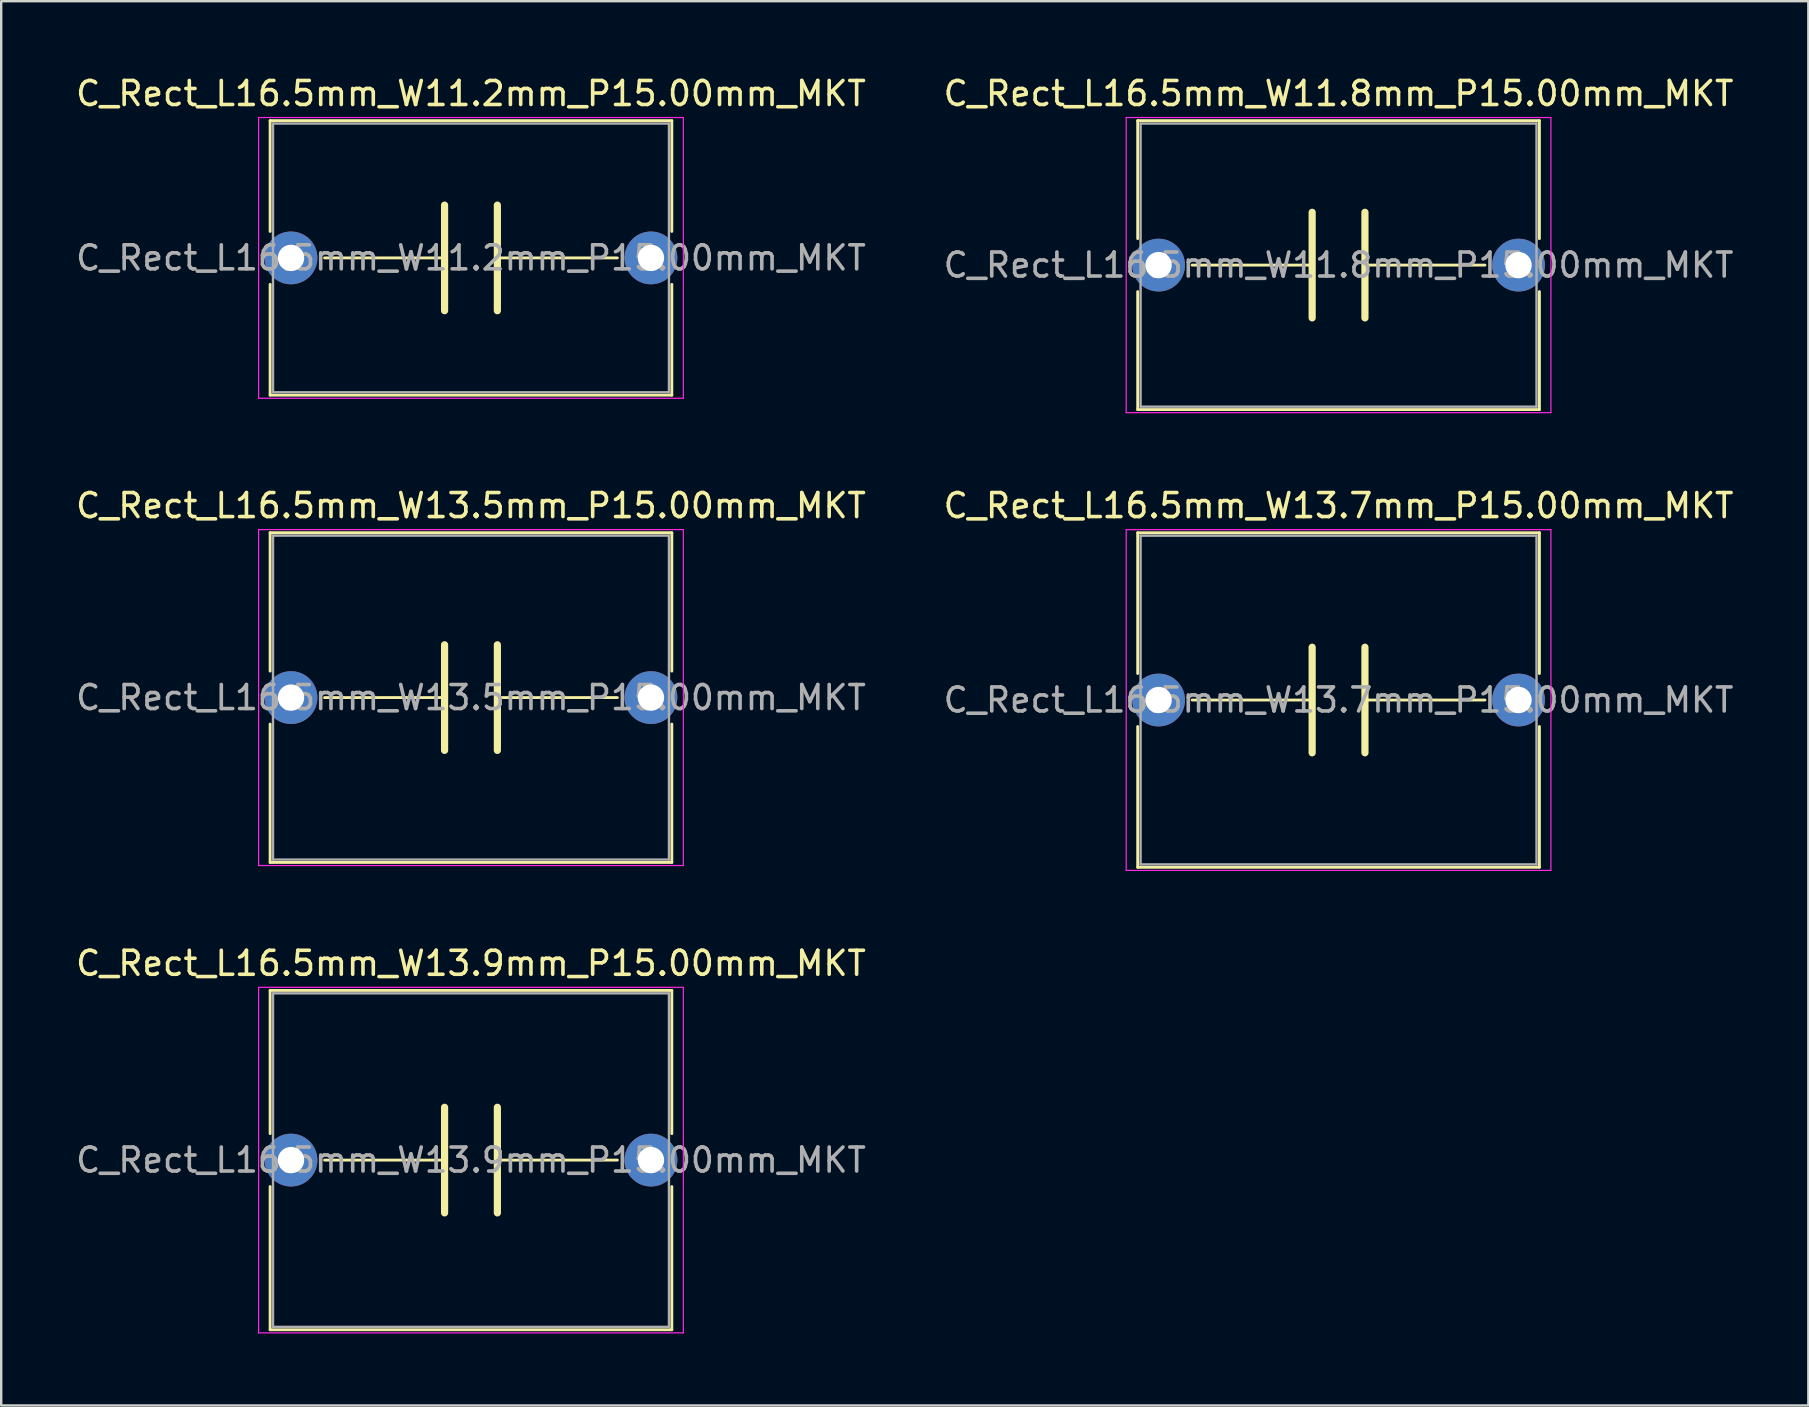
<source format=kicad_pcb>
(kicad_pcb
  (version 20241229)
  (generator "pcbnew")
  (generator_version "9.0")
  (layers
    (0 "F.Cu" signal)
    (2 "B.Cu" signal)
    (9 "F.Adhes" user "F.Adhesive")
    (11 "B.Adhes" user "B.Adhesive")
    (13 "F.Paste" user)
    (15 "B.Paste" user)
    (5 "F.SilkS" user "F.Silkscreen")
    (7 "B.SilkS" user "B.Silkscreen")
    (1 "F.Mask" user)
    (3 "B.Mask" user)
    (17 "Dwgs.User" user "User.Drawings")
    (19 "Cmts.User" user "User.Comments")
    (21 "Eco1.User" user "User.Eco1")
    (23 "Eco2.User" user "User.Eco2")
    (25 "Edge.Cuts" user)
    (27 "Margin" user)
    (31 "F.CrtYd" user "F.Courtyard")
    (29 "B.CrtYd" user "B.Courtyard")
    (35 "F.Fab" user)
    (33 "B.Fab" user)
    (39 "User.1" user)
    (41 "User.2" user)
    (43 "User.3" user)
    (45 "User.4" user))
  (footprint "C_Rect_L16.5mm_W11.2mm_P15.00mm_MKT"
    (layer "F.Cu")
    (at 9.077 7.698)
    (property "Reference" "C_Rect_L16.5mm_W11.2mm_P15.00mm_MKT" (at 7.5 -6.85 0) (layer "F.SilkS") (effects (font (size 1 1) (thickness 0.15))))
    (attr through_hole)
    (fp_line (start -0.87 -5.72) (end -0.87 -1.104) (stroke (width 0.12) (type solid)) (layer "F.SilkS"))
    (fp_line (start -0.87 -5.72) (end 15.87 -5.72) (stroke (width 0.12) (type solid)) (layer "F.SilkS"))
    (fp_line (start -0.87 1.104) (end -0.87 5.72) (stroke (width 0.12) (type solid)) (layer "F.SilkS"))
    (fp_line (start -0.87 5.72) (end 15.87 5.72) (stroke (width 0.12) (type solid)) (layer "F.SilkS"))
    (fp_line (start 1.4 0) (end 6.4 0) (stroke (width 0.12) (type solid)) (layer "F.SilkS"))
    (fp_line (start 6.4 -2.2) (end 6.4 2.2) (stroke (width 0.3) (type solid)) (layer "F.SilkS"))
    (fp_line (start 8.6 -2.2) (end 8.6 2.2) (stroke (width 0.3) (type solid)) (layer "F.SilkS"))
    (fp_line (start 8.6 0) (end 13.6 0) (stroke (width 0.12) (type solid)) (layer "F.SilkS"))
    (fp_line (start 15.87 -5.72) (end 15.87 -1.104) (stroke (width 0.12) (type solid)) (layer "F.SilkS"))
    (fp_line (start 15.87 1.104) (end 15.87 5.72) (stroke (width 0.12) (type solid)) (layer "F.SilkS"))
    (fp_line (start -1.35 -5.85) (end -1.35 5.85) (stroke (width 0.05) (type solid)) (layer "F.CrtYd"))
    (fp_line (start -1.35 5.85) (end 16.35 5.85) (stroke (width 0.05) (type solid)) (layer "F.CrtYd"))
    (fp_line (start 16.35 -5.85) (end -1.35 -5.85) (stroke (width 0.05) (type solid)) (layer "F.CrtYd"))
    (fp_line (start 16.35 5.85) (end 16.35 -5.85) (stroke (width 0.05) (type solid)) (layer "F.CrtYd"))
    (fp_line (start -0.75 -5.6) (end -0.75 5.6) (stroke (width 0.1) (type solid)) (layer "F.Fab"))
    (fp_line (start -0.75 5.6) (end 15.75 5.6) (stroke (width 0.1) (type solid)) (layer "F.Fab"))
    (fp_line (start 15.75 -5.6) (end -0.75 -5.6) (stroke (width 0.1) (type solid)) (layer "F.Fab"))
    (fp_line (start 15.75 5.6) (end 15.75 -5.6) (stroke (width 0.1) (type solid)) (layer "F.Fab"))
    (fp_text user "${REFERENCE}" (at 7.5 0 0) (layer "F.Fab") (effects (font (size 1 1) (thickness 0.15))))
    (pad "1" thru_hole circle (at 0 0) (size 2.2 2.2) (drill 1.1) (layers "*.Cu" "*.Mask"))
    (pad "2" thru_hole circle (at 15 0) (size 2.2 2.2) (drill 1.1) (layers "*.Cu" "*.Mask")))
  (footprint "C_Rect_L16.5mm_W13.5mm_P15.00mm_MKT"
    (layer "F.Cu")
    (at 9.077 26.021)
    (property "Reference" "C_Rect_L16.5mm_W13.5mm_P15.00mm_MKT" (at 7.5 -8 0) (layer "F.SilkS") (effects (font (size 1 1) (thickness 0.15))))
    (attr through_hole)
    (fp_line (start -0.87 -6.87) (end -0.87 -1.104) (stroke (width 0.12) (type solid)) (layer "F.SilkS"))
    (fp_line (start -0.87 -6.87) (end 15.87 -6.87) (stroke (width 0.12) (type solid)) (layer "F.SilkS"))
    (fp_line (start -0.87 1.104) (end -0.87 6.87) (stroke (width 0.12) (type solid)) (layer "F.SilkS"))
    (fp_line (start -0.87 6.87) (end 15.87 6.87) (stroke (width 0.12) (type solid)) (layer "F.SilkS"))
    (fp_line (start 1.4 0) (end 6.4 0) (stroke (width 0.12) (type solid)) (layer "F.SilkS"))
    (fp_line (start 6.4 -2.2) (end 6.4 2.2) (stroke (width 0.3) (type solid)) (layer "F.SilkS"))
    (fp_line (start 8.6 -2.2) (end 8.6 2.2) (stroke (width 0.3) (type solid)) (layer "F.SilkS"))
    (fp_line (start 8.6 0) (end 13.6 0) (stroke (width 0.12) (type solid)) (layer "F.SilkS"))
    (fp_line (start 15.87 -6.87) (end 15.87 -1.104) (stroke (width 0.12) (type solid)) (layer "F.SilkS"))
    (fp_line (start 15.87 1.104) (end 15.87 6.87) (stroke (width 0.12) (type solid)) (layer "F.SilkS"))
    (fp_line (start -1.35 -7) (end -1.35 7) (stroke (width 0.05) (type solid)) (layer "F.CrtYd"))
    (fp_line (start -1.35 7) (end 16.35 7) (stroke (width 0.05) (type solid)) (layer "F.CrtYd"))
    (fp_line (start 16.35 -7) (end -1.35 -7) (stroke (width 0.05) (type solid)) (layer "F.CrtYd"))
    (fp_line (start 16.35 7) (end 16.35 -7) (stroke (width 0.05) (type solid)) (layer "F.CrtYd"))
    (fp_line (start -0.75 -6.75) (end -0.75 6.75) (stroke (width 0.1) (type solid)) (layer "F.Fab"))
    (fp_line (start -0.75 6.75) (end 15.75 6.75) (stroke (width 0.1) (type solid)) (layer "F.Fab"))
    (fp_line (start 15.75 -6.75) (end -0.75 -6.75) (stroke (width 0.1) (type solid)) (layer "F.Fab"))
    (fp_line (start 15.75 6.75) (end 15.75 -6.75) (stroke (width 0.1) (type solid)) (layer "F.Fab"))
    (fp_text user "${REFERENCE}" (at 7.5 0 0) (layer "F.Fab") (effects (font (size 1 1) (thickness 0.15))))
    (pad "1" thru_hole circle (at 0 0) (size 2.2 2.2) (drill 1.1) (layers "*.Cu" "*.Mask"))
    (pad "2" thru_hole circle (at 15 0) (size 2.2 2.2) (drill 1.1) (layers "*.Cu" "*.Mask")))
  (footprint "C_Rect_L16.5mm_W13.7mm_P15.00mm_MKT"
    (layer "F.Cu")
    (at 45.232 26.122)
    (property "Reference" "C_Rect_L16.5mm_W13.7mm_P15.00mm_MKT" (at 7.5 -8.1 0) (layer "F.SilkS") (effects (font (size 1 1) (thickness 0.15))))
    (attr through_hole)
    (fp_line (start -0.87 -6.97) (end -0.87 -1.104) (stroke (width 0.12) (type solid)) (layer "F.SilkS"))
    (fp_line (start -0.87 -6.97) (end 15.87 -6.97) (stroke (width 0.12) (type solid)) (layer "F.SilkS"))
    (fp_line (start -0.87 1.104) (end -0.87 6.97) (stroke (width 0.12) (type solid)) (layer "F.SilkS"))
    (fp_line (start -0.87 6.97) (end 15.87 6.97) (stroke (width 0.12) (type solid)) (layer "F.SilkS"))
    (fp_line (start 1.4 0) (end 6.4 0) (stroke (width 0.12) (type solid)) (layer "F.SilkS"))
    (fp_line (start 6.4 -2.2) (end 6.4 2.2) (stroke (width 0.3) (type solid)) (layer "F.SilkS"))
    (fp_line (start 8.6 -2.2) (end 8.6 2.2) (stroke (width 0.3) (type solid)) (layer "F.SilkS"))
    (fp_line (start 8.6 0) (end 13.6 0) (stroke (width 0.12) (type solid)) (layer "F.SilkS"))
    (fp_line (start 15.87 -6.97) (end 15.87 -1.104) (stroke (width 0.12) (type solid)) (layer "F.SilkS"))
    (fp_line (start 15.87 1.104) (end 15.87 6.97) (stroke (width 0.12) (type solid)) (layer "F.SilkS"))
    (fp_line (start -1.35 -7.1) (end -1.35 7.1) (stroke (width 0.05) (type solid)) (layer "F.CrtYd"))
    (fp_line (start -1.35 7.1) (end 16.35 7.1) (stroke (width 0.05) (type solid)) (layer "F.CrtYd"))
    (fp_line (start 16.35 -7.1) (end -1.35 -7.1) (stroke (width 0.05) (type solid)) (layer "F.CrtYd"))
    (fp_line (start 16.35 7.1) (end 16.35 -7.1) (stroke (width 0.05) (type solid)) (layer "F.CrtYd"))
    (fp_line (start -0.75 -6.85) (end -0.75 6.85) (stroke (width 0.1) (type solid)) (layer "F.Fab"))
    (fp_line (start -0.75 6.85) (end 15.75 6.85) (stroke (width 0.1) (type solid)) (layer "F.Fab"))
    (fp_line (start 15.75 -6.85) (end -0.75 -6.85) (stroke (width 0.1) (type solid)) (layer "F.Fab"))
    (fp_line (start 15.75 6.85) (end 15.75 -6.85) (stroke (width 0.1) (type solid)) (layer "F.Fab"))
    (fp_text user "${REFERENCE}" (at 7.5 0 0) (layer "F.Fab") (effects (font (size 1 1) (thickness 0.15))))
    (pad "1" thru_hole circle (at 0 0) (size 2.2 2.2) (drill 1.1) (layers "*.Cu" "*.Mask"))
    (pad "2" thru_hole circle (at 15 0) (size 2.2 2.2) (drill 1.1) (layers "*.Cu" "*.Mask")))
  (footprint "C_Rect_L16.5mm_W13.9mm_P15.00mm_MKT"
    (layer "F.Cu")
    (at 9.077 45.295)
    (property "Reference" "C_Rect_L16.5mm_W13.9mm_P15.00mm_MKT" (at 7.5 -8.2 0) (layer "F.SilkS") (effects (font (size 1 1) (thickness 0.15))))
    (attr through_hole)
    (fp_line (start -0.87 -7.07) (end -0.87 -1.104) (stroke (width 0.12) (type solid)) (layer "F.SilkS"))
    (fp_line (start -0.87 -7.07) (end 15.87 -7.07) (stroke (width 0.12) (type solid)) (layer "F.SilkS"))
    (fp_line (start -0.87 1.104) (end -0.87 7.07) (stroke (width 0.12) (type solid)) (layer "F.SilkS"))
    (fp_line (start -0.87 7.07) (end 15.87 7.07) (stroke (width 0.12) (type solid)) (layer "F.SilkS"))
    (fp_line (start 1.4 0) (end 6.4 0) (stroke (width 0.12) (type solid)) (layer "F.SilkS"))
    (fp_line (start 6.4 -2.2) (end 6.4 2.2) (stroke (width 0.3) (type solid)) (layer "F.SilkS"))
    (fp_line (start 8.6 -2.2) (end 8.6 2.2) (stroke (width 0.3) (type solid)) (layer "F.SilkS"))
    (fp_line (start 8.6 0) (end 13.6 0) (stroke (width 0.12) (type solid)) (layer "F.SilkS"))
    (fp_line (start 15.87 -7.07) (end 15.87 -1.104) (stroke (width 0.12) (type solid)) (layer "F.SilkS"))
    (fp_line (start 15.87 1.104) (end 15.87 7.07) (stroke (width 0.12) (type solid)) (layer "F.SilkS"))
    (fp_line (start -1.35 -7.2) (end -1.35 7.2) (stroke (width 0.05) (type solid)) (layer "F.CrtYd"))
    (fp_line (start -1.35 7.2) (end 16.35 7.2) (stroke (width 0.05) (type solid)) (layer "F.CrtYd"))
    (fp_line (start 16.35 -7.2) (end -1.35 -7.2) (stroke (width 0.05) (type solid)) (layer "F.CrtYd"))
    (fp_line (start 16.35 7.2) (end 16.35 -7.2) (stroke (width 0.05) (type solid)) (layer "F.CrtYd"))
    (fp_line (start -0.75 -6.95) (end -0.75 6.95) (stroke (width 0.1) (type solid)) (layer "F.Fab"))
    (fp_line (start -0.75 6.95) (end 15.75 6.95) (stroke (width 0.1) (type solid)) (layer "F.Fab"))
    (fp_line (start 15.75 -6.95) (end -0.75 -6.95) (stroke (width 0.1) (type solid)) (layer "F.Fab"))
    (fp_line (start 15.75 6.95) (end 15.75 -6.95) (stroke (width 0.1) (type solid)) (layer "F.Fab"))
    (fp_text user "${REFERENCE}" (at 7.5 0 0) (layer "F.Fab") (effects (font (size 1 1) (thickness 0.15))))
    (pad "1" thru_hole circle (at 0 0) (size 2.2 2.2) (drill 1.1) (layers "*.Cu" "*.Mask"))
    (pad "2" thru_hole circle (at 15 0) (size 2.2 2.2) (drill 1.1) (layers "*.Cu" "*.Mask")))
  (footprint "C_Rect_L16.5mm_W11.8mm_P15.00mm_MKT"
    (layer "F.Cu")
    (at 45.232 7.998)
    (property "Reference" "C_Rect_L16.5mm_W11.8mm_P15.00mm_MKT" (at 7.5 -7.15 0) (layer "F.SilkS") (effects (font (size 1 1) (thickness 0.15))))
    (attr through_hole)
    (fp_line (start -0.87 -6.02) (end -0.87 -1.104) (stroke (width 0.12) (type solid)) (layer "F.SilkS"))
    (fp_line (start -0.87 -6.02) (end 15.87 -6.02) (stroke (width 0.12) (type solid)) (layer "F.SilkS"))
    (fp_line (start -0.87 1.104) (end -0.87 6.02) (stroke (width 0.12) (type solid)) (layer "F.SilkS"))
    (fp_line (start -0.87 6.02) (end 15.87 6.02) (stroke (width 0.12) (type solid)) (layer "F.SilkS"))
    (fp_line (start 1.4 0) (end 6.4 0) (stroke (width 0.12) (type solid)) (layer "F.SilkS"))
    (fp_line (start 6.4 -2.2) (end 6.4 2.2) (stroke (width 0.3) (type solid)) (layer "F.SilkS"))
    (fp_line (start 8.6 -2.2) (end 8.6 2.2) (stroke (width 0.3) (type solid)) (layer "F.SilkS"))
    (fp_line (start 8.6 0) (end 13.6 0) (stroke (width 0.12) (type solid)) (layer "F.SilkS"))
    (fp_line (start 15.87 -6.02) (end 15.87 -1.104) (stroke (width 0.12) (type solid)) (layer "F.SilkS"))
    (fp_line (start 15.87 1.104) (end 15.87 6.02) (stroke (width 0.12) (type solid)) (layer "F.SilkS"))
    (fp_line (start -1.35 -6.15) (end -1.35 6.15) (stroke (width 0.05) (type solid)) (layer "F.CrtYd"))
    (fp_line (start -1.35 6.15) (end 16.35 6.15) (stroke (width 0.05) (type solid)) (layer "F.CrtYd"))
    (fp_line (start 16.35 -6.15) (end -1.35 -6.15) (stroke (width 0.05) (type solid)) (layer "F.CrtYd"))
    (fp_line (start 16.35 6.15) (end 16.35 -6.15) (stroke (width 0.05) (type solid)) (layer "F.CrtYd"))
    (fp_line (start -0.75 -5.9) (end -0.75 5.9) (stroke (width 0.1) (type solid)) (layer "F.Fab"))
    (fp_line (start -0.75 5.9) (end 15.75 5.9) (stroke (width 0.1) (type solid)) (layer "F.Fab"))
    (fp_line (start 15.75 -5.9) (end -0.75 -5.9) (stroke (width 0.1) (type solid)) (layer "F.Fab"))
    (fp_line (start 15.75 5.9) (end 15.75 -5.9) (stroke (width 0.1) (type solid)) (layer "F.Fab"))
    (fp_text user "${REFERENCE}" (at 7.5 0 0) (layer "F.Fab") (effects (font (size 1 1) (thickness 0.15))))
    (pad "1" thru_hole circle (at 0 0) (size 2.2 2.2) (drill 1.1) (layers "*.Cu" "*.Mask"))
    (pad "2" thru_hole circle (at 15 0) (size 2.2 2.2) (drill 1.1) (layers "*.Cu" "*.Mask")))
  (gr_rect
    (start -3 -3)
    (end 72.31 55.52)
    (stroke (width 0.1) (type default))
    (fill no)
    (layer "Edge.Cuts")))
</source>
